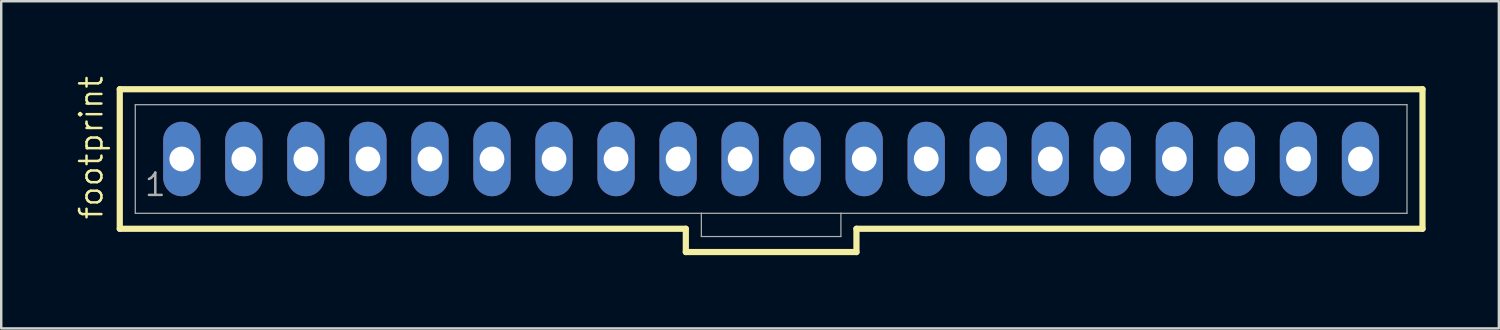
<source format=kicad_pcb>
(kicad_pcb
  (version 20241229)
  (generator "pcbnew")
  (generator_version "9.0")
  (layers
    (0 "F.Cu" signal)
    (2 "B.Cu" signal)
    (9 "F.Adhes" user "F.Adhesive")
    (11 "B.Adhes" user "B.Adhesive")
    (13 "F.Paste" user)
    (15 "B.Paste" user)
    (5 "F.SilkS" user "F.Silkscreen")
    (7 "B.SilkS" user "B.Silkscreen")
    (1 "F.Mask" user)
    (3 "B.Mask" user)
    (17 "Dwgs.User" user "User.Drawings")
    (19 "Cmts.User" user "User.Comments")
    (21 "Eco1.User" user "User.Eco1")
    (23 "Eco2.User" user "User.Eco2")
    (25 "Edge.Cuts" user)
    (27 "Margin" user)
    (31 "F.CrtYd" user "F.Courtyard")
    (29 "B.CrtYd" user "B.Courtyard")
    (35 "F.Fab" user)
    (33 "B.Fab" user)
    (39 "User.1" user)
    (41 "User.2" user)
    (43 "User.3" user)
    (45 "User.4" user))
  (footprint "footprint"
    (layer "F.Cu")
    (at 28.524 3.46)
    (property "Reference" "footprint" (at -27.305 2.54 90) (layer "F.SilkS") (effects (font (size 0.914 0.914) (thickness 0.102)) (justify left bottom)))
    (fp_line (start -26.67 -2.857) (end -26.67 2.857) (stroke (width 0.254) (type solid)) (layer "F.SilkS"))
    (fp_line (start -26.67 2.857) (end -3.493 2.857) (stroke (width 0.254) (type solid)) (layer "F.SilkS"))
    (fp_line (start -3.493 2.857) (end -3.493 3.81) (stroke (width 0.254) (type solid)) (layer "F.SilkS"))
    (fp_line (start -3.493 3.81) (end 3.493 3.81) (stroke (width 0.254) (type solid)) (layer "F.SilkS"))
    (fp_line (start 3.493 2.857) (end 26.67 2.857) (stroke (width 0.254) (type solid)) (layer "F.SilkS"))
    (fp_line (start 3.493 3.81) (end 3.493 2.857) (stroke (width 0.254) (type solid)) (layer "F.SilkS"))
    (fp_line (start 26.67 -2.857) (end -26.67 -2.857) (stroke (width 0.254) (type solid)) (layer "F.SilkS"))
    (fp_line (start 26.67 2.857) (end 26.67 -2.857) (stroke (width 0.254) (type solid)) (layer "F.SilkS"))
    (fp_line (start -26.035 -2.223) (end -26.035 2.223) (stroke (width 0.051) (type solid)) (layer "F.Fab"))
    (fp_line (start -26.035 -2.223) (end 26.035 -2.223) (stroke (width 0.051) (type solid)) (layer "F.Fab"))
    (fp_line (start -26.035 2.223) (end -2.857 2.223) (stroke (width 0.051) (type solid)) (layer "F.Fab"))
    (fp_line (start -2.857 2.223) (end -2.857 3.175) (stroke (width 0.051) (type solid)) (layer "F.Fab"))
    (fp_line (start -2.857 2.223) (end 2.857 2.223) (stroke (width 0.051) (type solid)) (layer "F.Fab"))
    (fp_line (start 2.857 2.223) (end 2.857 3.175) (stroke (width 0.051) (type solid)) (layer "F.Fab"))
    (fp_line (start 2.857 2.223) (end 26.035 2.223) (stroke (width 0.051) (type solid)) (layer "F.Fab"))
    (fp_line (start 2.857 3.175) (end -2.857 3.175) (stroke (width 0.051) (type solid)) (layer "F.Fab"))
    (fp_line (start 26.035 -2.223) (end 26.035 2.223) (stroke (width 0.051) (type solid)) (layer "F.Fab"))
    (fp_poly (pts (xy -24.368 0.238) (xy -23.892 0.238) (xy -23.892 -0.238) (xy -24.368 -0.238)) (stroke (width 0.1) (type solid)) (fill no) (layer "F.Fab"))
    (fp_poly (pts (xy -21.828 0.238) (xy -21.352 0.238) (xy -21.352 -0.238) (xy -21.828 -0.238)) (stroke (width 0.1) (type solid)) (fill no) (layer "F.Fab"))
    (fp_poly (pts (xy -19.288 0.238) (xy -18.812 0.238) (xy -18.812 -0.238) (xy -19.288 -0.238)) (stroke (width 0.1) (type solid)) (fill no) (layer "F.Fab"))
    (fp_poly (pts (xy -16.748 0.238) (xy -16.272 0.238) (xy -16.272 -0.238) (xy -16.748 -0.238)) (stroke (width 0.1) (type solid)) (fill no) (layer "F.Fab"))
    (fp_poly (pts (xy -14.208 0.238) (xy -13.732 0.238) (xy -13.732 -0.238) (xy -14.208 -0.238)) (stroke (width 0.1) (type solid)) (fill no) (layer "F.Fab"))
    (fp_poly (pts (xy -11.668 0.238) (xy -11.192 0.238) (xy -11.192 -0.238) (xy -11.668 -0.238)) (stroke (width 0.1) (type solid)) (fill no) (layer "F.Fab"))
    (fp_poly (pts (xy -9.128 0.238) (xy -8.652 0.238) (xy -8.652 -0.238) (xy -9.128 -0.238)) (stroke (width 0.1) (type solid)) (fill no) (layer "F.Fab"))
    (fp_poly (pts (xy -6.588 0.238) (xy -6.112 0.238) (xy -6.112 -0.238) (xy -6.588 -0.238)) (stroke (width 0.1) (type solid)) (fill no) (layer "F.Fab"))
    (fp_poly (pts (xy -4.048 0.238) (xy -3.572 0.238) (xy -3.572 -0.238) (xy -4.048 -0.238)) (stroke (width 0.1) (type solid)) (fill no) (layer "F.Fab"))
    (fp_poly (pts (xy -1.508 0.238) (xy -1.032 0.238) (xy -1.032 -0.238) (xy -1.508 -0.238)) (stroke (width 0.1) (type solid)) (fill no) (layer "F.Fab"))
    (fp_poly (pts (xy 1.032 0.238) (xy 1.508 0.238) (xy 1.508 -0.238) (xy 1.032 -0.238)) (stroke (width 0.1) (type solid)) (fill no) (layer "F.Fab"))
    (fp_poly (pts (xy 3.572 0.238) (xy 4.048 0.238) (xy 4.048 -0.238) (xy 3.572 -0.238)) (stroke (width 0.1) (type solid)) (fill no) (layer "F.Fab"))
    (fp_poly (pts (xy 6.112 0.238) (xy 6.588 0.238) (xy 6.588 -0.238) (xy 6.112 -0.238)) (stroke (width 0.1) (type solid)) (fill no) (layer "F.Fab"))
    (fp_poly (pts (xy 8.652 0.238) (xy 9.128 0.238) (xy 9.128 -0.238) (xy 8.652 -0.238)) (stroke (width 0.1) (type solid)) (fill no) (layer "F.Fab"))
    (fp_poly (pts (xy 11.192 0.238) (xy 11.668 0.238) (xy 11.668 -0.238) (xy 11.192 -0.238)) (stroke (width 0.1) (type solid)) (fill no) (layer "F.Fab"))
    (fp_poly (pts (xy 13.732 0.238) (xy 14.208 0.238) (xy 14.208 -0.238) (xy 13.732 -0.238)) (stroke (width 0.1) (type solid)) (fill no) (layer "F.Fab"))
    (fp_poly (pts (xy 16.272 0.238) (xy 16.748 0.238) (xy 16.748 -0.238) (xy 16.272 -0.238)) (stroke (width 0.1) (type solid)) (fill no) (layer "F.Fab"))
    (fp_poly (pts (xy 18.812 0.238) (xy 19.288 0.238) (xy 19.288 -0.238) (xy 18.812 -0.238)) (stroke (width 0.1) (type solid)) (fill no) (layer "F.Fab"))
    (fp_poly (pts (xy 21.352 0.238) (xy 21.828 0.238) (xy 21.828 -0.238) (xy 21.352 -0.238)) (stroke (width 0.1) (type solid)) (fill no) (layer "F.Fab"))
    (fp_poly (pts (xy 23.892 0.238) (xy 24.368 0.238) (xy 24.368 -0.238) (xy 23.892 -0.238)) (stroke (width 0.1) (type solid)) (fill no) (layer "F.Fab"))
    (fp_text user "1" (at -25.718 1.587 0) (layer "F.Fab") (effects (font (size 0.914 0.914) (thickness 0.102)) (justify left bottom)))
    (pad "1" thru_hole oval (at -24.13 0 90) (size 3.048 1.524) (drill 1.016) (layers "*.Cu" "*.Mask"))
    (pad "2" thru_hole oval (at -21.59 0 90) (size 3.048 1.524) (drill 1.016) (layers "*.Cu" "*.Mask"))
    (pad "3" thru_hole oval (at -19.05 0 90) (size 3.048 1.524) (drill 1.016) (layers "*.Cu" "*.Mask"))
    (pad "4" thru_hole oval (at -16.51 0 90) (size 3.048 1.524) (drill 1.016) (layers "*.Cu" "*.Mask"))
    (pad "5" thru_hole oval (at -13.97 0 90) (size 3.048 1.524) (drill 1.016) (layers "*.Cu" "*.Mask"))
    (pad "6" thru_hole oval (at -11.43 0 90) (size 3.048 1.524) (drill 1.016) (layers "*.Cu" "*.Mask"))
    (pad "7" thru_hole oval (at -8.89 0 90) (size 3.048 1.524) (drill 1.016) (layers "*.Cu" "*.Mask"))
    (pad "8" thru_hole oval (at -6.35 0 90) (size 3.048 1.524) (drill 1.016) (layers "*.Cu" "*.Mask"))
    (pad "9" thru_hole oval (at -3.81 0 90) (size 3.048 1.524) (drill 1.016) (layers "*.Cu" "*.Mask"))
    (pad "10" thru_hole oval (at -1.27 0 90) (size 3.048 1.524) (drill 1.016) (layers "*.Cu" "*.Mask"))
    (pad "11" thru_hole oval (at 1.27 0 90) (size 3.048 1.524) (drill 1.016) (layers "*.Cu" "*.Mask"))
    (pad "12" thru_hole oval (at 3.81 0 90) (size 3.048 1.524) (drill 1.016) (layers "*.Cu" "*.Mask"))
    (pad "13" thru_hole oval (at 6.35 0 90) (size 3.048 1.524) (drill 1.016) (layers "*.Cu" "*.Mask"))
    (pad "14" thru_hole oval (at 8.89 0 90) (size 3.048 1.524) (drill 1.016) (layers "*.Cu" "*.Mask"))
    (pad "15" thru_hole oval (at 11.43 0 90) (size 3.048 1.524) (drill 1.016) (layers "*.Cu" "*.Mask"))
    (pad "16" thru_hole oval (at 13.97 0 90) (size 3.048 1.524) (drill 1.016) (layers "*.Cu" "*.Mask"))
    (pad "17" thru_hole oval (at 16.51 0 90) (size 3.048 1.524) (drill 1.016) (layers "*.Cu" "*.Mask"))
    (pad "18" thru_hole oval (at 19.05 0 90) (size 3.048 1.524) (drill 1.016) (layers "*.Cu" "*.Mask"))
    (pad "19" thru_hole oval (at 21.59 0 90) (size 3.048 1.524) (drill 1.016) (layers "*.Cu" "*.Mask"))
    (pad "20" thru_hole oval (at 24.13 0 90) (size 3.048 1.524) (drill 1.016) (layers "*.Cu" "*.Mask")))
  (gr_rect
    (start -3 -3)
    (end 58.321 10.397)
    (stroke (width 0.1) (type default))
    (fill no)
    (layer "Edge.Cuts")))
</source>
